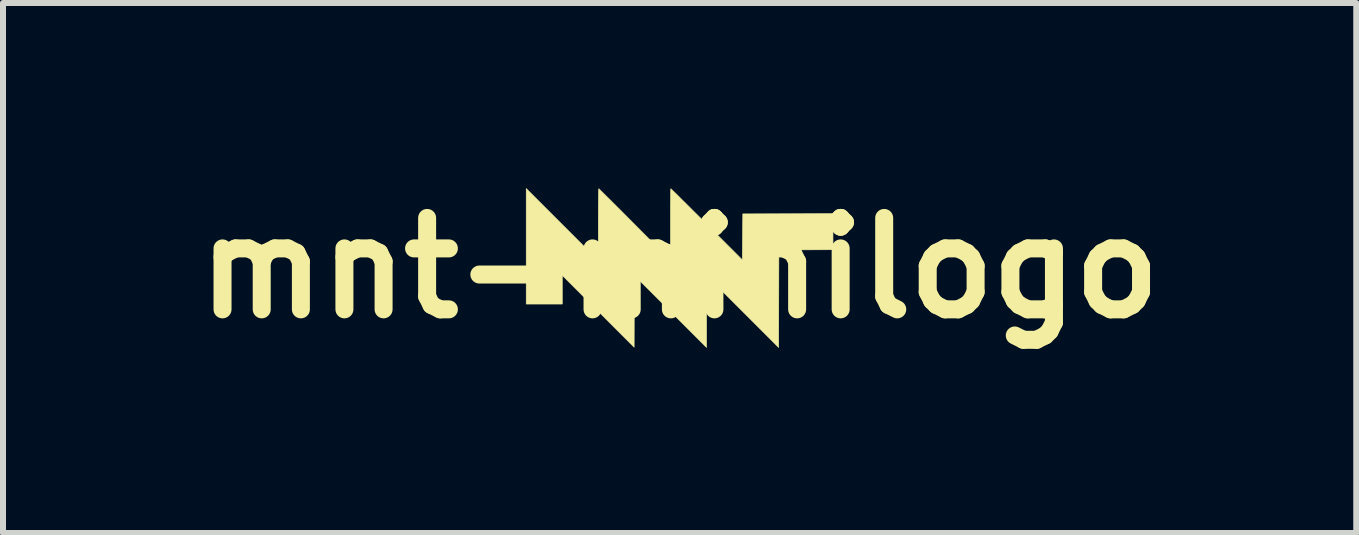
<source format=kicad_pcb>
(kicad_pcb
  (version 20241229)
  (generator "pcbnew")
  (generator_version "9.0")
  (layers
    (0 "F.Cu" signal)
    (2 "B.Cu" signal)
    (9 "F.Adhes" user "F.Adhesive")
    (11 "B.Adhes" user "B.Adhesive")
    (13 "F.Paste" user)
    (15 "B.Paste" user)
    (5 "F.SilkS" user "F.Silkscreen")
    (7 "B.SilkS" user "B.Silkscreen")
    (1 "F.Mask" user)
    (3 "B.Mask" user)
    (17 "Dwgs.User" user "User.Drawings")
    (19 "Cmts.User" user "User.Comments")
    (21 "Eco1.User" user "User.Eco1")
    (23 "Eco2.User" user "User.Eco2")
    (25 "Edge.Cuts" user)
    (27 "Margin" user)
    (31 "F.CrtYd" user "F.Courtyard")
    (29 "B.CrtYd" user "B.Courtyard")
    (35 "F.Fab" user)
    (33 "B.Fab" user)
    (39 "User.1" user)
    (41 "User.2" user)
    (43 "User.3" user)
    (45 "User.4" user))
  (footprint "mnt-minilogo"
    (layer "F.Cu")
    (at 8.28 1.418)
    (property "Reference" "mnt-minilogo" (at 0 0 0) (layer "F.SilkS") (effects (font (size 1.524 1.524) (thickness 0.3))))
    (attr through_hole)
    (fp_poly (pts (xy -1.956 -0.724) (xy -1.355 -0.123) (xy -1.355 -0.722) (xy -1.355 -0.83) (xy -1.354 -0.93) (xy -1.354 -1.021) (xy -1.353 -1.102) (xy -1.352 -1.172) (xy -1.351 -1.23) (xy -1.35 -1.275) (xy -1.349 -1.305) (xy -1.348 -1.319) (xy -1.347 -1.321) (xy -1.34 -1.315) (xy -1.322 -1.298) (xy -1.294 -1.27) (xy -1.256 -1.233) (xy -1.21 -1.187) (xy -1.155 -1.133) (xy -1.094 -1.072) (xy -1.027 -1.005) (xy -0.954 -0.932) (xy -0.876 -0.854) (xy -0.795 -0.772) (xy -0.746 -0.723) (xy -0.152 -0.125) (xy -0.152 -0.723) (xy -0.152 -0.822) (xy -0.152 -0.916) (xy -0.152 -1.003) (xy -0.151 -1.083) (xy -0.15 -1.153) (xy -0.15 -1.213) (xy -0.149 -1.261) (xy -0.148 -1.296) (xy -0.147 -1.316) (xy -0.146 -1.321) (xy -0.139 -1.315) (xy -0.121 -1.298) (xy -0.093 -1.27) (xy -0.055 -1.234) (xy -0.009 -1.188) (xy 0.045 -1.134) (xy 0.107 -1.073) (xy 0.174 -1.006) (xy 0.247 -0.933) (xy 0.325 -0.856) (xy 0.407 -0.775) (xy 0.453 -0.728) (xy 1.046 -0.135) (xy 1.05 -0.519) (xy 1.054 -0.902) (xy 1.806 -0.904) (xy 2.557 -0.906) (xy 2.557 -0.305) (xy 1.655 -0.301) (xy 1.653 0.512) (xy 1.651 1.325) (xy 1.05 0.724) (xy 0.449 0.123) (xy 0.449 1.325) (xy -0.152 0.724) (xy -0.753 0.123) (xy -0.756 0.722) (xy -0.758 1.321) (xy -1.357 0.722) (xy -1.956 0.123) (xy -1.956 0.601) (xy -2.557 0.601) (xy -2.557 -1.325) (xy -1.956 -0.724)) (stroke (width 0.01) (type solid)) (fill yes) (layer "F.SilkS")))
  (gr_rect
    (start -3 -3)
    (end 19.561 5.836)
    (stroke (width 0.1) (type default))
    (fill no)
    (layer "Edge.Cuts")))
</source>
